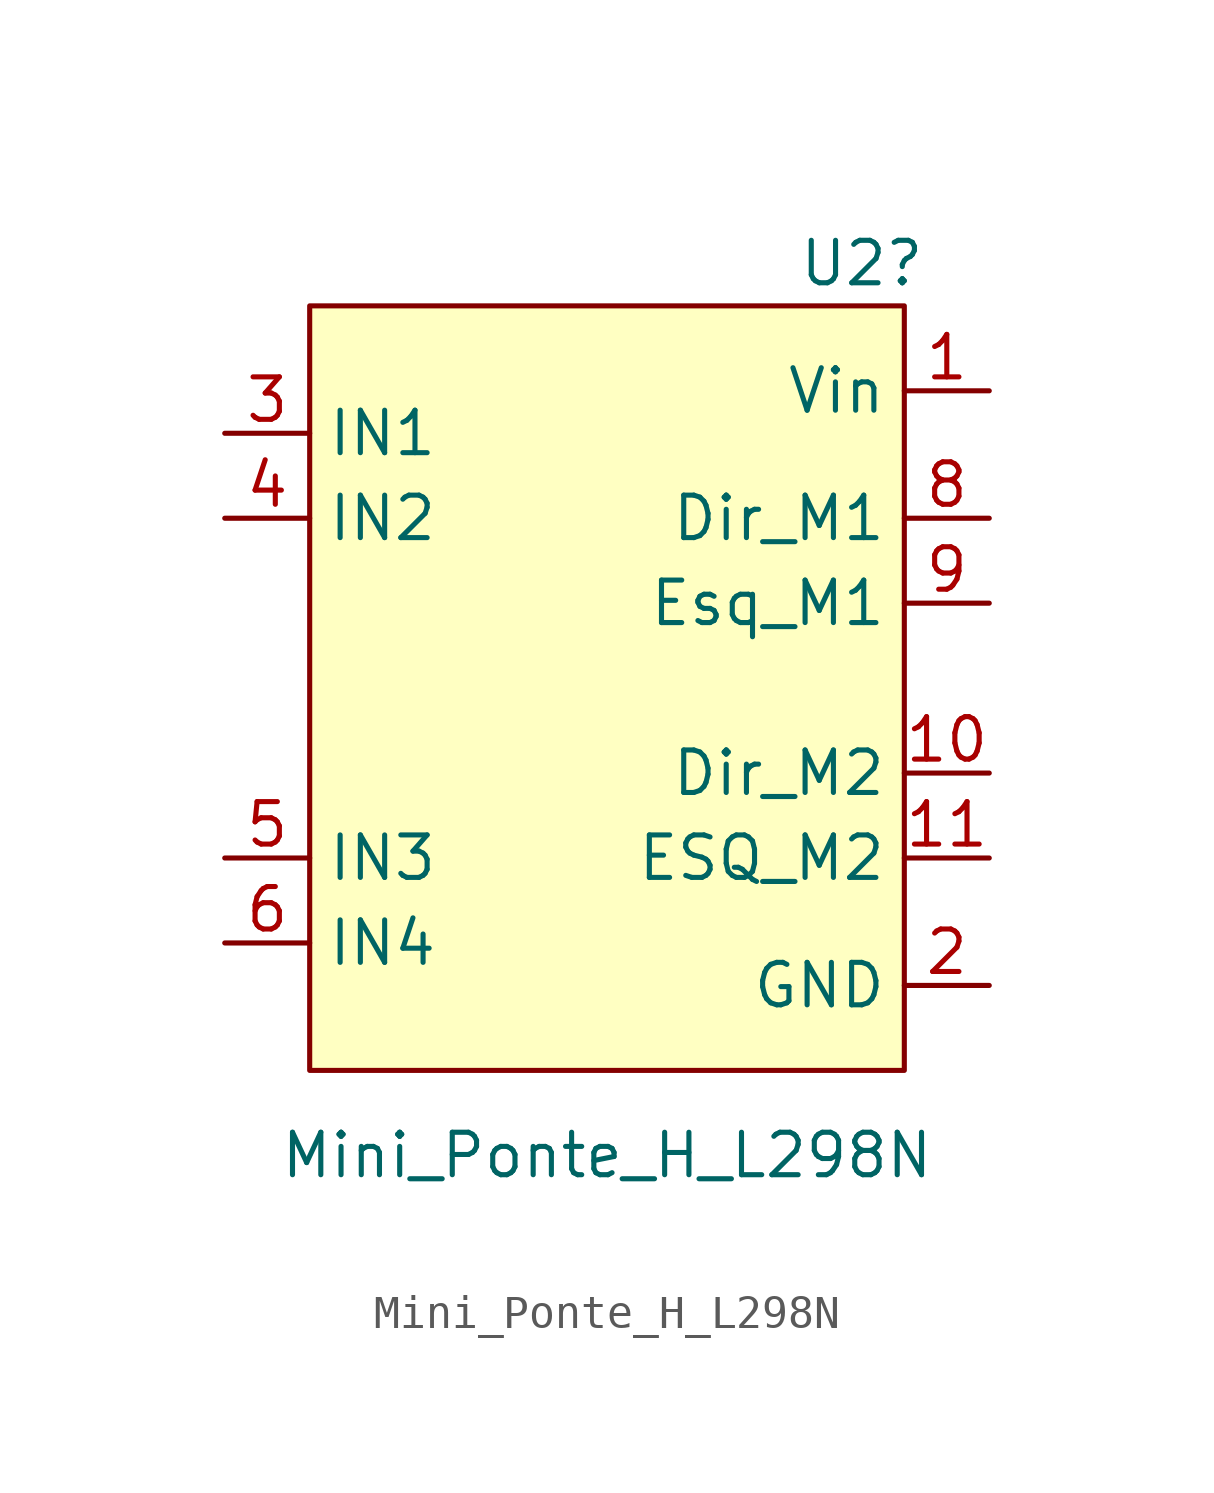
<source format=kicad_sym>
(kicad_symbol_lib
  (version 20211014)
  (generator kicad_symbol_editor)
  (symbol "Mini_Ponte_H_L298N"
    (property "Reference" "U2"
      (at 2.54 -3.81 0)
      (effects (font (size 1.27 1.27))))
    (property "Value" "Mini_Ponte_H_L298N"
      (at -5.08 -30.48 0)
      (effects (font (size 1.27 1.27))))
    (symbol "Mini_Ponte_H_L298N_0_1"
      (rectangle (start -13.97 -5.08) (end 3.81 -27.94) (stroke (width 0) (type default) (color 0 0 0 0)) (fill (type background))))
    (symbol "Mini_Ponte_H_L298N_1_1"
      (pin power_in line (at 6.35 -7.62 180) (length 2.54) (name "Vin" (effects (font (size 1.27 1.27)))) (number "1" (effects (font (size 1.27 1.27)))))
      (pin output line (at 6.35 -19.05 180) (length 2.54) (name "Dir_M2" (effects (font (size 1.27 1.27)))) (number "10" (effects (font (size 1.27 1.27)))))
      (pin output line (at 6.35 -21.59 180) (length 2.54) (name "ESQ_M2" (effects (font (size 1.27 1.27)))) (number "11" (effects (font (size 1.27 1.27)))))
      (pin power_in line (at 6.35 -25.4 180) (length 2.54) (name "GND" (effects (font (size 1.27 1.27)))) (number "2" (effects (font (size 1.27 1.27)))))
      (pin input line (at -16.51 -8.89 0) (length 2.54) (name "IN1" (effects (font (size 1.27 1.27)))) (number "3" (effects (font (size 1.27 1.27)))))
      (pin input line (at -16.51 -11.43 0) (length 2.54) (name "IN2" (effects (font (size 1.27 1.27)))) (number "4" (effects (font (size 1.27 1.27)))))
      (pin input line (at -16.51 -21.59 0) (length 2.54) (name "IN3" (effects (font (size 1.27 1.27)))) (number "5" (effects (font (size 1.27 1.27)))))
      (pin input line (at -16.51 -24.13 0) (length 2.54) (name "IN4" (effects (font (size 1.27 1.27)))) (number "6" (effects (font (size 1.27 1.27)))))
      (pin output line (at 6.35 -11.43 180) (length 2.54) (name "Dir_M1" (effects (font (size 1.27 1.27)))) (number "8" (effects (font (size 1.27 1.27)))))
      (pin output line (at 6.35 -13.97 180) (length 2.54) (name "Esq_M1" (effects (font (size 1.27 1.27)))) (number "9" (effects (font (size 1.27 1.27))))))))
</source>
